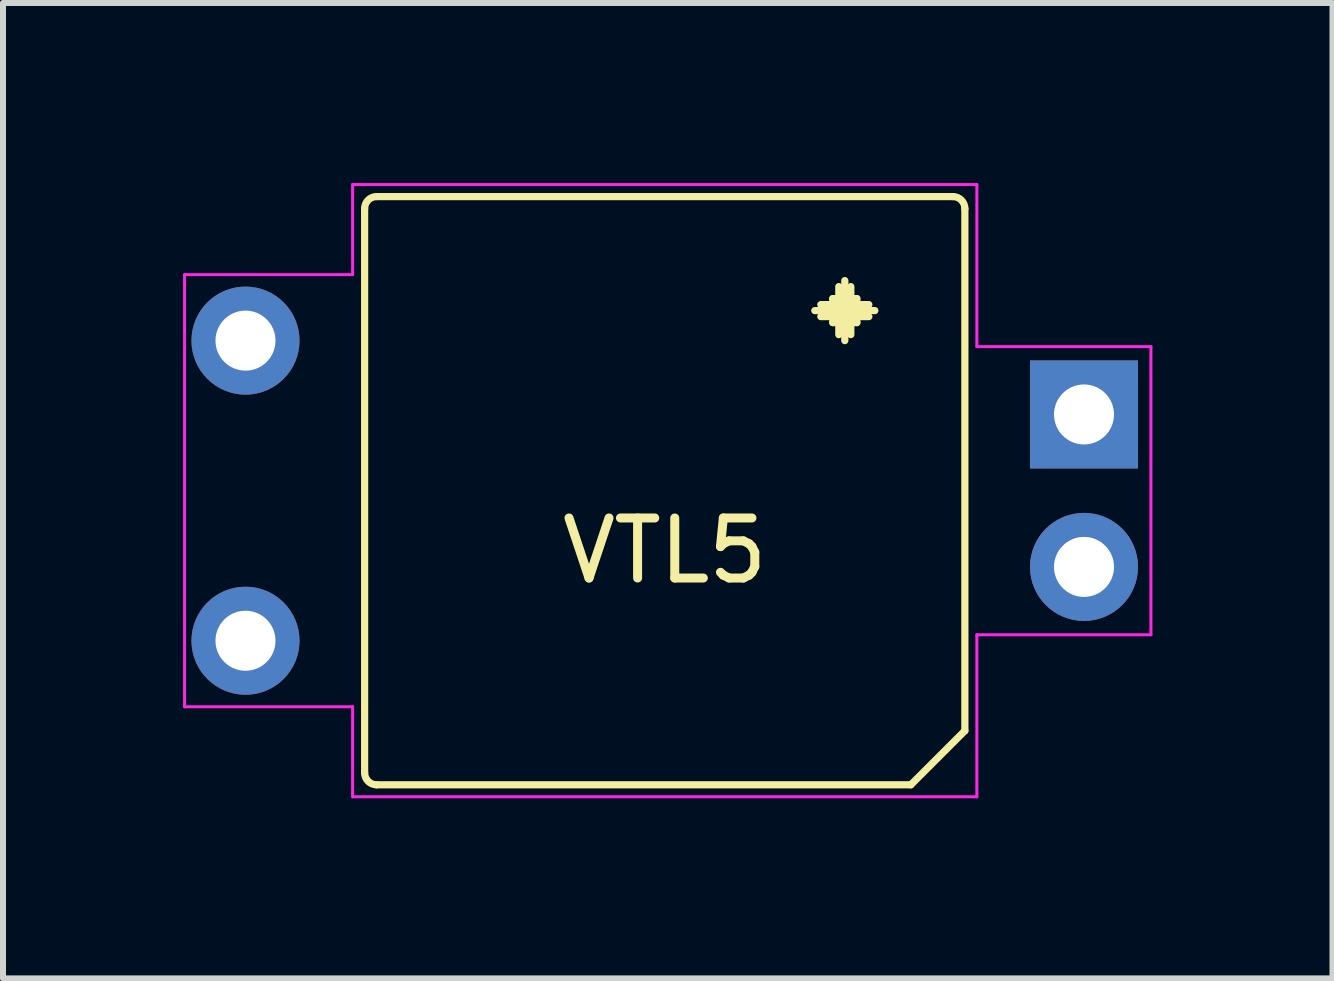
<source format=kicad_pcb>
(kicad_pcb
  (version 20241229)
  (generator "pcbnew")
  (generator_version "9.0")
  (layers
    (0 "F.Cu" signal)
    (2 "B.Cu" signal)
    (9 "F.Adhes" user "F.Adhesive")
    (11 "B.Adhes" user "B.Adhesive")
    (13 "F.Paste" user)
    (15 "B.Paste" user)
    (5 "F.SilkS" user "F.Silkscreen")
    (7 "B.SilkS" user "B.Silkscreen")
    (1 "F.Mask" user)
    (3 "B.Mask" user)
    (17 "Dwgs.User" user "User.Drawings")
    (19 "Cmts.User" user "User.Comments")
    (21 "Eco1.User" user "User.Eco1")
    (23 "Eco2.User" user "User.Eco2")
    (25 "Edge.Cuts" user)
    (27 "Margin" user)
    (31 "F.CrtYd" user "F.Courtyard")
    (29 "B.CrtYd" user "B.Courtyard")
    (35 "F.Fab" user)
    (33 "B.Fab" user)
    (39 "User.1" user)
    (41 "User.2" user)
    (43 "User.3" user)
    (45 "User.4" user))
  (footprint "VTL5"
    (layer "F.Cu")
    (at 8.025 5.125)
    (property "Reference" "VTL5" (at 0 1 0) (layer "F.SilkS") (effects (font (size 1 1) (thickness 0.15))))
    (attr through_hole)
    (fp_line (start -5 4.7) (end -5 -4.7) (stroke (width 0.12) (type solid)) (layer "F.SilkS"))
    (fp_line (start -4.8 -4.9) (end 4.8 -4.9) (stroke (width 0.12) (type solid)) (layer "F.SilkS"))
    (fp_line (start -4.8 4.9) (end 4.1 4.9) (stroke (width 0.12) (type solid)) (layer "F.SilkS"))
    (fp_line (start 2.6 -3.1) (end 3.4 -3.1) (stroke (width 0.12) (type solid)) (layer "F.SilkS"))
    (fp_line (start 2.6 -2.9) (end 3.4 -2.9) (stroke (width 0.12) (type solid)) (layer "F.SilkS"))
    (fp_line (start 2.8 -3.2) (end 3.2 -3.2) (stroke (width 0.12) (type solid)) (layer "F.SilkS"))
    (fp_line (start 2.8 -2.8) (end 2.8 -3.2) (stroke (width 0.12) (type solid)) (layer "F.SilkS"))
    (fp_line (start 2.9 -3.4) (end 2.9 -2.6) (stroke (width 0.12) (type solid)) (layer "F.SilkS"))
    (fp_line (start 3 -3.5) (end 3 -2.5) (stroke (width 0.12) (type solid)) (layer "F.SilkS"))
    (fp_line (start 3.1 -3.4) (end 3.1 -2.6) (stroke (width 0.12) (type solid)) (layer "F.SilkS"))
    (fp_line (start 3.2 -3.2) (end 3.2 -2.8) (stroke (width 0.12) (type solid)) (layer "F.SilkS"))
    (fp_line (start 3.2 -2.8) (end 2.8 -2.8) (stroke (width 0.12) (type solid)) (layer "F.SilkS"))
    (fp_line (start 3.5 -3) (end 2.5 -3) (stroke (width 0.12) (type solid)) (layer "F.SilkS"))
    (fp_line (start 5 -4.7) (end 5 4) (stroke (width 0.12) (type solid)) (layer "F.SilkS"))
    (fp_line (start 5 4) (end 4.1 4.9) (stroke (width 0.12) (type solid)) (layer "F.SilkS"))
    (fp_arc (start -5 -4.7) (mid -4.941421 -4.841421) (end -4.8 -4.9) (stroke (width 0.12) (type solid)) (layer "F.SilkS"))
    (fp_arc (start -4.8 4.9) (mid -4.941421 4.841421) (end -5 4.7) (stroke (width 0.12) (type solid)) (layer "F.SilkS"))
    (fp_arc (start 4.8 -4.9) (mid 4.941421 -4.841421) (end 5 -4.7) (stroke (width 0.12) (type solid)) (layer "F.SilkS"))
    (fp_line (start -8 0) (end -8 -3.6) (stroke (width 0.05) (type solid)) (layer "F.CrtYd"))
    (fp_line (start -8 3.6) (end -8 0) (stroke (width 0.05) (type solid)) (layer "F.CrtYd"))
    (fp_line (start -5.2 -5.1) (end 5.2 -5.1) (stroke (width 0.05) (type solid)) (layer "F.CrtYd"))
    (fp_line (start -5.2 -3.6) (end -8 -3.6) (stroke (width 0.05) (type solid)) (layer "F.CrtYd"))
    (fp_line (start -5.2 -3.6) (end -5.2 -5.1) (stroke (width 0.05) (type solid)) (layer "F.CrtYd"))
    (fp_line (start -5.2 3.6) (end -8 3.6) (stroke (width 0.05) (type solid)) (layer "F.CrtYd"))
    (fp_line (start -5.2 5.1) (end -5.2 3.6) (stroke (width 0.05) (type solid)) (layer "F.CrtYd"))
    (fp_line (start 5.2 -5.1) (end 5.2 -2.4) (stroke (width 0.05) (type solid)) (layer "F.CrtYd"))
    (fp_line (start 5.2 -2.4) (end 8.1 -2.4) (stroke (width 0.05) (type solid)) (layer "F.CrtYd"))
    (fp_line (start 5.2 2.4) (end 5.2 5.1) (stroke (width 0.05) (type solid)) (layer "F.CrtYd"))
    (fp_line (start 5.2 5.1) (end -5.2 5.1) (stroke (width 0.05) (type solid)) (layer "F.CrtYd"))
    (fp_line (start 8.1 -2.4) (end 8.1 2.4) (stroke (width 0.05) (type solid)) (layer "F.CrtYd"))
    (fp_line (start 8.1 2.4) (end 5.2 2.4) (stroke (width 0.05) (type solid)) (layer "F.CrtYd"))
    (pad "1" thru_hole circle (at -6.985 -2.5) (size 1.8 1.8) (drill 1) (layers "*.Cu" "*.Mask"))
    (pad "2" thru_hole circle (at -6.985 2.5) (size 1.8 1.8) (drill 1) (layers "*.Cu" "*.Mask"))
    (pad "A" thru_hole rect (at 6.985 -1.27) (size 1.8 1.8) (drill 1) (layers "*.Cu" "*.Mask"))
    (pad "C" thru_hole circle (at 6.985 1.27) (size 1.8 1.8) (drill 1) (layers "*.Cu" "*.Mask")))
  (gr_rect
    (start -3 -3)
    (end 19.15 13.25)
    (stroke (width 0.1) (type default))
    (fill no)
    (layer "Edge.Cuts")))
</source>
